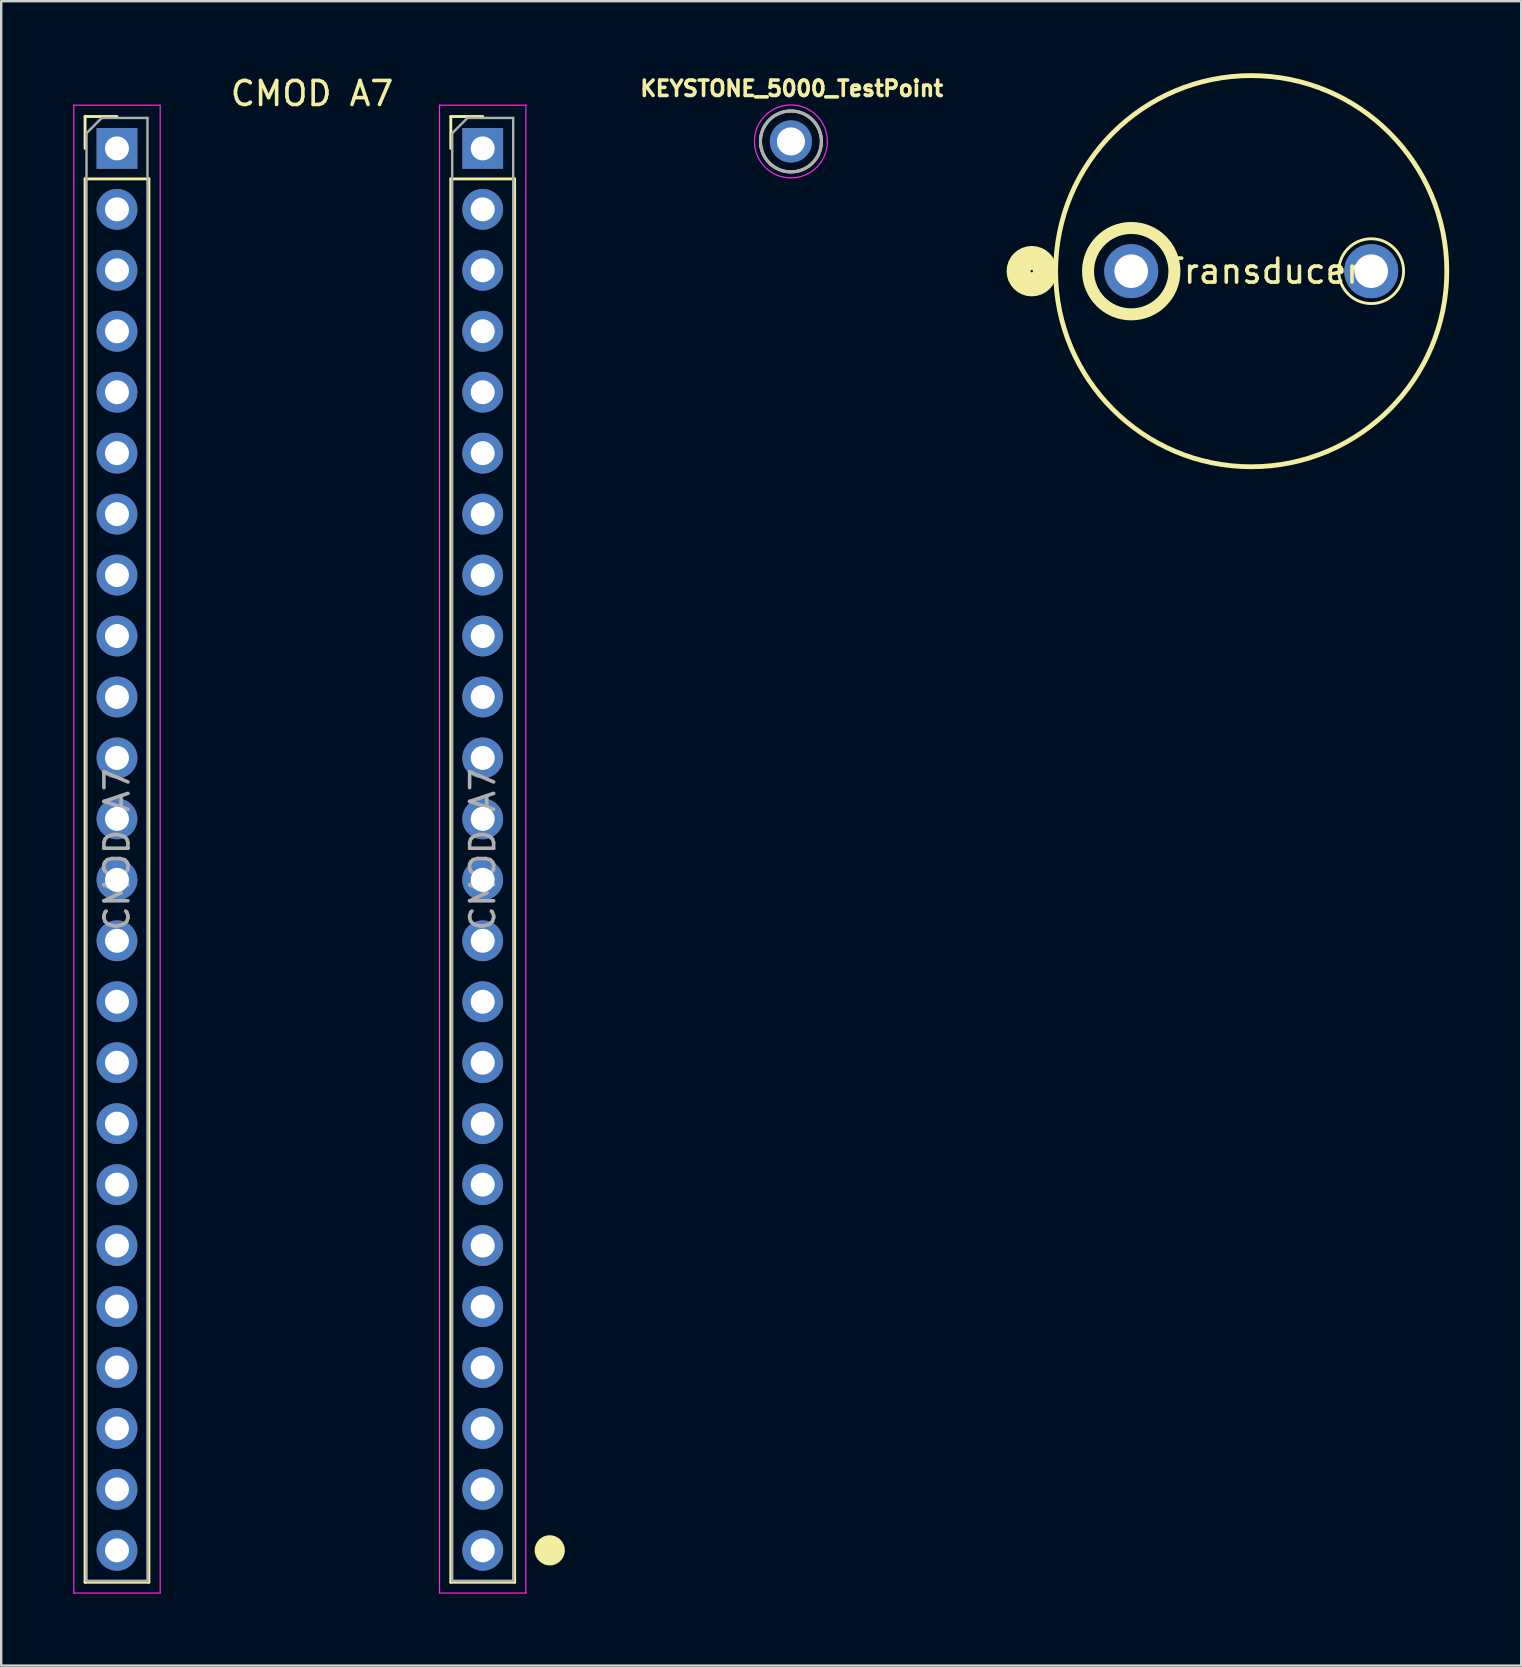
<source format=kicad_pcb>
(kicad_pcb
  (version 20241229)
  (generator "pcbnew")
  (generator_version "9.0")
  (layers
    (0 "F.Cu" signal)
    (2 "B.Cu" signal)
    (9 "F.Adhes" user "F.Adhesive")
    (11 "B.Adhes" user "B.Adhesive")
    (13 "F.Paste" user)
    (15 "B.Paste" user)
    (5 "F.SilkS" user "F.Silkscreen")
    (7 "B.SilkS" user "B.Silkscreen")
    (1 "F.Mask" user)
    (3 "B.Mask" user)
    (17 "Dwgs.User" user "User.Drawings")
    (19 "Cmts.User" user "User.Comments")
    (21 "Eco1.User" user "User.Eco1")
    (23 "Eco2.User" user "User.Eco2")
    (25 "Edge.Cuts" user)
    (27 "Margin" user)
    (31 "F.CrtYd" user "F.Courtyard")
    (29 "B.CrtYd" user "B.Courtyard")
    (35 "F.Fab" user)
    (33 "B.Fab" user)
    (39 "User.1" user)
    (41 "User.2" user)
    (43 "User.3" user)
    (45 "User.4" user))
  (footprint "CMOD A7"
    (layer "F.Cu")
    (at 17.065 3.134)
    (property "Reference" "CMOD A7" (at -7.112 -2.286 0) (layer "F.SilkS") (effects (font (size 1 1) (thickness 0.15))))
    (attr through_hole)
    (fp_line (start -16.57 -1.33) (end -15.24 -1.33) (stroke (width 0.12) (type solid)) (layer "F.SilkS"))
    (fp_line (start -16.57 0) (end -16.57 -1.33) (stroke (width 0.12) (type solid)) (layer "F.SilkS"))
    (fp_line (start -16.57 1.27) (end -16.57 59.75) (stroke (width 0.12) (type solid)) (layer "F.SilkS"))
    (fp_line (start -16.57 1.27) (end -13.91 1.27) (stroke (width 0.12) (type solid)) (layer "F.SilkS"))
    (fp_line (start -16.57 59.75) (end -13.91 59.75) (stroke (width 0.12) (type solid)) (layer "F.SilkS"))
    (fp_line (start -13.91 1.27) (end -13.91 59.75) (stroke (width 0.12) (type solid)) (layer "F.SilkS"))
    (fp_line (start -1.33 -1.33) (end 0 -1.33) (stroke (width 0.12) (type solid)) (layer "F.SilkS"))
    (fp_line (start -1.33 0) (end -1.33 -1.33) (stroke (width 0.12) (type solid)) (layer "F.SilkS"))
    (fp_line (start -1.33 1.27) (end -1.33 59.75) (stroke (width 0.12) (type solid)) (layer "F.SilkS"))
    (fp_line (start -1.33 1.27) (end 1.33 1.27) (stroke (width 0.12) (type solid)) (layer "F.SilkS"))
    (fp_line (start -1.33 59.75) (end 1.33 59.75) (stroke (width 0.12) (type solid)) (layer "F.SilkS"))
    (fp_line (start 1.33 1.27) (end 1.33 59.75) (stroke (width 0.12) (type solid)) (layer "F.SilkS"))
    (fp_circle (center 2.794 58.42) (end 3.362 58.42) (stroke (width 0.12) (type solid)) (fill yes) (layer "F.SilkS"))
    (fp_line (start -17.04 -1.8) (end -17.04 60.2) (stroke (width 0.05) (type solid)) (layer "F.CrtYd"))
    (fp_line (start -17.04 60.2) (end -13.44 60.2) (stroke (width 0.05) (type solid)) (layer "F.CrtYd"))
    (fp_line (start -13.44 -1.8) (end -17.04 -1.8) (stroke (width 0.05) (type solid)) (layer "F.CrtYd"))
    (fp_line (start -13.44 60.2) (end -13.44 -1.8) (stroke (width 0.05) (type solid)) (layer "F.CrtYd"))
    (fp_line (start -1.8 -1.8) (end -1.8 60.2) (stroke (width 0.05) (type solid)) (layer "F.CrtYd"))
    (fp_line (start -1.8 60.2) (end 1.8 60.2) (stroke (width 0.05) (type solid)) (layer "F.CrtYd"))
    (fp_line (start 1.8 -1.8) (end -1.8 -1.8) (stroke (width 0.05) (type solid)) (layer "F.CrtYd"))
    (fp_line (start 1.8 60.2) (end 1.8 -1.8) (stroke (width 0.05) (type solid)) (layer "F.CrtYd"))
    (fp_line (start -16.51 -0.635) (end -15.875 -1.27) (stroke (width 0.1) (type solid)) (layer "F.Fab"))
    (fp_line (start -16.51 59.69) (end -16.51 -0.635) (stroke (width 0.1) (type solid)) (layer "F.Fab"))
    (fp_line (start -15.875 -1.27) (end -13.97 -1.27) (stroke (width 0.1) (type solid)) (layer "F.Fab"))
    (fp_line (start -13.97 -1.27) (end -13.97 59.69) (stroke (width 0.1) (type solid)) (layer "F.Fab"))
    (fp_line (start -13.97 59.69) (end -16.51 59.69) (stroke (width 0.1) (type solid)) (layer "F.Fab"))
    (fp_line (start -1.27 -0.635) (end -0.635 -1.27) (stroke (width 0.1) (type solid)) (layer "F.Fab"))
    (fp_line (start -1.27 59.69) (end -1.27 -0.635) (stroke (width 0.1) (type solid)) (layer "F.Fab"))
    (fp_line (start -0.635 -1.27) (end 1.27 -1.27) (stroke (width 0.1) (type solid)) (layer "F.Fab"))
    (fp_line (start 1.27 -1.27) (end 1.27 59.69) (stroke (width 0.1) (type solid)) (layer "F.Fab"))
    (fp_line (start 1.27 59.69) (end -1.27 59.69) (stroke (width 0.1) (type solid)) (layer "F.Fab"))
    (fp_text user "${REFERENCE}" (at 0 29.21 90) (layer "F.Fab") (effects (font (size 1 1) (thickness 0.15))))
    (fp_text user "${REFERENCE}" (at -15.24 29.21 90) (layer "F.Fab") (effects (font (size 1 1) (thickness 0.15))))
    (pad "1" thru_hole oval (at 0 58.42) (size 1.7 1.7) (drill 1) (layers "*.Cu" "*.Mask"))
    (pad "2" thru_hole oval (at 0 55.88) (size 1.7 1.7) (drill 1) (layers "*.Cu" "*.Mask"))
    (pad "3" thru_hole oval (at 0 53.34) (size 1.7 1.7) (drill 1) (layers "*.Cu" "*.Mask"))
    (pad "4" thru_hole oval (at 0 50.8) (size 1.7 1.7) (drill 1) (layers "*.Cu" "*.Mask"))
    (pad "5" thru_hole oval (at 0 48.26) (size 1.7 1.7) (drill 1) (layers "*.Cu" "*.Mask"))
    (pad "6" thru_hole oval (at 0 45.72) (size 1.7 1.7) (drill 1) (layers "*.Cu" "*.Mask"))
    (pad "7" thru_hole oval (at 0 43.18) (size 1.7 1.7) (drill 1) (layers "*.Cu" "*.Mask"))
    (pad "8" thru_hole oval (at 0 40.64) (size 1.7 1.7) (drill 1) (layers "*.Cu" "*.Mask"))
    (pad "9" thru_hole oval (at 0 38.1) (size 1.7 1.7) (drill 1) (layers "*.Cu" "*.Mask"))
    (pad "10" thru_hole oval (at 0 35.56) (size 1.7 1.7) (drill 1) (layers "*.Cu" "*.Mask"))
    (pad "11" thru_hole oval (at 0 33.02) (size 1.7 1.7) (drill 1) (layers "*.Cu" "*.Mask"))
    (pad "12" thru_hole oval (at 0 30.48) (size 1.7 1.7) (drill 1) (layers "*.Cu" "*.Mask"))
    (pad "13" thru_hole oval (at 0 27.94) (size 1.7 1.7) (drill 1) (layers "*.Cu" "*.Mask"))
    (pad "14" thru_hole oval (at 0 25.4) (size 1.7 1.7) (drill 1) (layers "*.Cu" "*.Mask"))
    (pad "15" thru_hole oval (at 0 22.86) (size 1.7 1.7) (drill 1) (layers "*.Cu" "*.Mask"))
    (pad "16" thru_hole oval (at 0 20.32) (size 1.7 1.7) (drill 1) (layers "*.Cu" "*.Mask"))
    (pad "17" thru_hole oval (at 0 17.78) (size 1.7 1.7) (drill 1) (layers "*.Cu" "*.Mask"))
    (pad "18" thru_hole oval (at 0 15.24) (size 1.7 1.7) (drill 1) (layers "*.Cu" "*.Mask"))
    (pad "19" thru_hole oval (at 0 12.7) (size 1.7 1.7) (drill 1) (layers "*.Cu" "*.Mask"))
    (pad "20" thru_hole oval (at 0 10.16) (size 1.7 1.7) (drill 1) (layers "*.Cu" "*.Mask"))
    (pad "21" thru_hole oval (at 0 7.62) (size 1.7 1.7) (drill 1) (layers "*.Cu" "*.Mask"))
    (pad "22" thru_hole oval (at 0 5.08) (size 1.7 1.7) (drill 1) (layers "*.Cu" "*.Mask"))
    (pad "23" thru_hole oval (at 0 2.54) (size 1.7 1.7) (drill 1) (layers "*.Cu" "*.Mask"))
    (pad "24" thru_hole rect (at 0 0) (size 1.7 1.7) (drill 1) (layers "*.Cu" "*.Mask"))
    (pad "25" thru_hole rect (at -15.24 0) (size 1.7 1.7) (drill 1) (layers "*.Cu" "*.Mask"))
    (pad "26" thru_hole oval (at -15.24 2.54) (size 1.7 1.7) (drill 1) (layers "*.Cu" "*.Mask"))
    (pad "27" thru_hole oval (at -15.24 5.08) (size 1.7 1.7) (drill 1) (layers "*.Cu" "*.Mask"))
    (pad "28" thru_hole oval (at -15.24 7.62) (size 1.7 1.7) (drill 1) (layers "*.Cu" "*.Mask"))
    (pad "29" thru_hole oval (at -15.24 10.16) (size 1.7 1.7) (drill 1) (layers "*.Cu" "*.Mask"))
    (pad "30" thru_hole oval (at -15.24 12.7) (size 1.7 1.7) (drill 1) (layers "*.Cu" "*.Mask"))
    (pad "31" thru_hole oval (at -15.24 15.24) (size 1.7 1.7) (drill 1) (layers "*.Cu" "*.Mask"))
    (pad "32" thru_hole oval (at -15.24 17.78) (size 1.7 1.7) (drill 1) (layers "*.Cu" "*.Mask"))
    (pad "33" thru_hole oval (at -15.24 20.32) (size 1.7 1.7) (drill 1) (layers "*.Cu" "*.Mask"))
    (pad "34" thru_hole oval (at -15.24 22.86) (size 1.7 1.7) (drill 1) (layers "*.Cu" "*.Mask"))
    (pad "35" thru_hole oval (at -15.24 25.4) (size 1.7 1.7) (drill 1) (layers "*.Cu" "*.Mask"))
    (pad "36" thru_hole oval (at -15.24 27.94) (size 1.7 1.7) (drill 1) (layers "*.Cu" "*.Mask"))
    (pad "37" thru_hole oval (at -15.24 30.48) (size 1.7 1.7) (drill 1) (layers "*.Cu" "*.Mask"))
    (pad "38" thru_hole oval (at -15.24 33.02) (size 1.7 1.7) (drill 1) (layers "*.Cu" "*.Mask"))
    (pad "39" thru_hole oval (at -15.24 35.56) (size 1.7 1.7) (drill 1) (layers "*.Cu" "*.Mask"))
    (pad "40" thru_hole oval (at -15.24 38.1) (size 1.7 1.7) (drill 1) (layers "*.Cu" "*.Mask"))
    (pad "41" thru_hole oval (at -15.24 40.64) (size 1.7 1.7) (drill 1) (layers "*.Cu" "*.Mask"))
    (pad "42" thru_hole oval (at -15.24 43.18) (size 1.7 1.7) (drill 1) (layers "*.Cu" "*.Mask"))
    (pad "43" thru_hole oval (at -15.24 45.72) (size 1.7 1.7) (drill 1) (layers "*.Cu" "*.Mask"))
    (pad "44" thru_hole oval (at -15.24 48.26) (size 1.7 1.7) (drill 1) (layers "*.Cu" "*.Mask"))
    (pad "45" thru_hole oval (at -15.24 50.8) (size 1.7 1.7) (drill 1) (layers "*.Cu" "*.Mask"))
    (pad "46" thru_hole oval (at -15.24 53.34) (size 1.7 1.7) (drill 1) (layers "*.Cu" "*.Mask"))
    (pad "47" thru_hole oval (at -15.24 55.88) (size 1.7 1.7) (drill 1) (layers "*.Cu" "*.Mask"))
    (pad "48" thru_hole oval (at -15.24 58.42) (size 1.7 1.7) (drill 1) (layers "*.Cu" "*.Mask")))
  (footprint "KEYSTONE_5000_TestPoint"
    (layer "F.Cu")
    (at 29.909 2.844)
    (property "Reference" "KEYSTONE_5000_TestPoint" (at 0.032 -2.206 0) (layer "F.SilkS") (effects (font (size 0.64 0.64) (thickness 0.15))))
    (attr through_hole)
    (fp_circle (center 0 0) (end 1.27 0) (stroke (width 0.127) (type solid)) (fill no) (layer "F.SilkS"))
    (fp_circle (center 0 0) (end 1.52 0) (stroke (width 0.05) (type solid)) (fill no) (layer "F.CrtYd"))
    (fp_circle (center 0 0) (end 1.27 0) (stroke (width 0.127) (type solid)) (fill no) (layer "F.Fab"))
    (pad "1" thru_hole circle (at 0 0) (size 1.755 1.755) (drill 1.17) (layers "*.Cu" "*.Mask")))
  (footprint "Transducer"
    (layer "F.Cu")
    (at 49.09 8.25)
    (property "Reference" "Transducer" (at 0.508 0 0) (layer "F.SilkS") (effects (font (size 1 1) (thickness 0.15))))
    (attr through_hole)
    (fp_circle (center -9.144 0) (end -9.094 0) (stroke (width 1) (type solid)) (fill no) (layer "F.SilkS"))
    (fp_circle (center -5 0) (end -3.2 0) (stroke (width 0.5) (type solid)) (fill no) (layer "F.SilkS"))
    (fp_circle (center 0 0) (end 8.15 0) (stroke (width 0.2) (type solid)) (fill no) (layer "F.SilkS"))
    (fp_circle (center 5 0) (end 6.35 0) (stroke (width 0.12) (type solid)) (fill no) (layer "F.SilkS"))
    (pad "1" thru_hole circle (at -5 0) (size 2.25 2.25) (drill 1.4) (layers "*.Cu" "*.Mask"))
    (pad "2" thru_hole circle (at 5 0) (size 2.25 2.25) (drill 1.4) (layers "*.Cu" "*.Mask")))
  (gr_rect
    (start -3 -3)
    (end 60.34 66.359)
    (stroke (width 0.1) (type default))
    (fill no)
    (layer "Edge.Cuts")))
</source>
